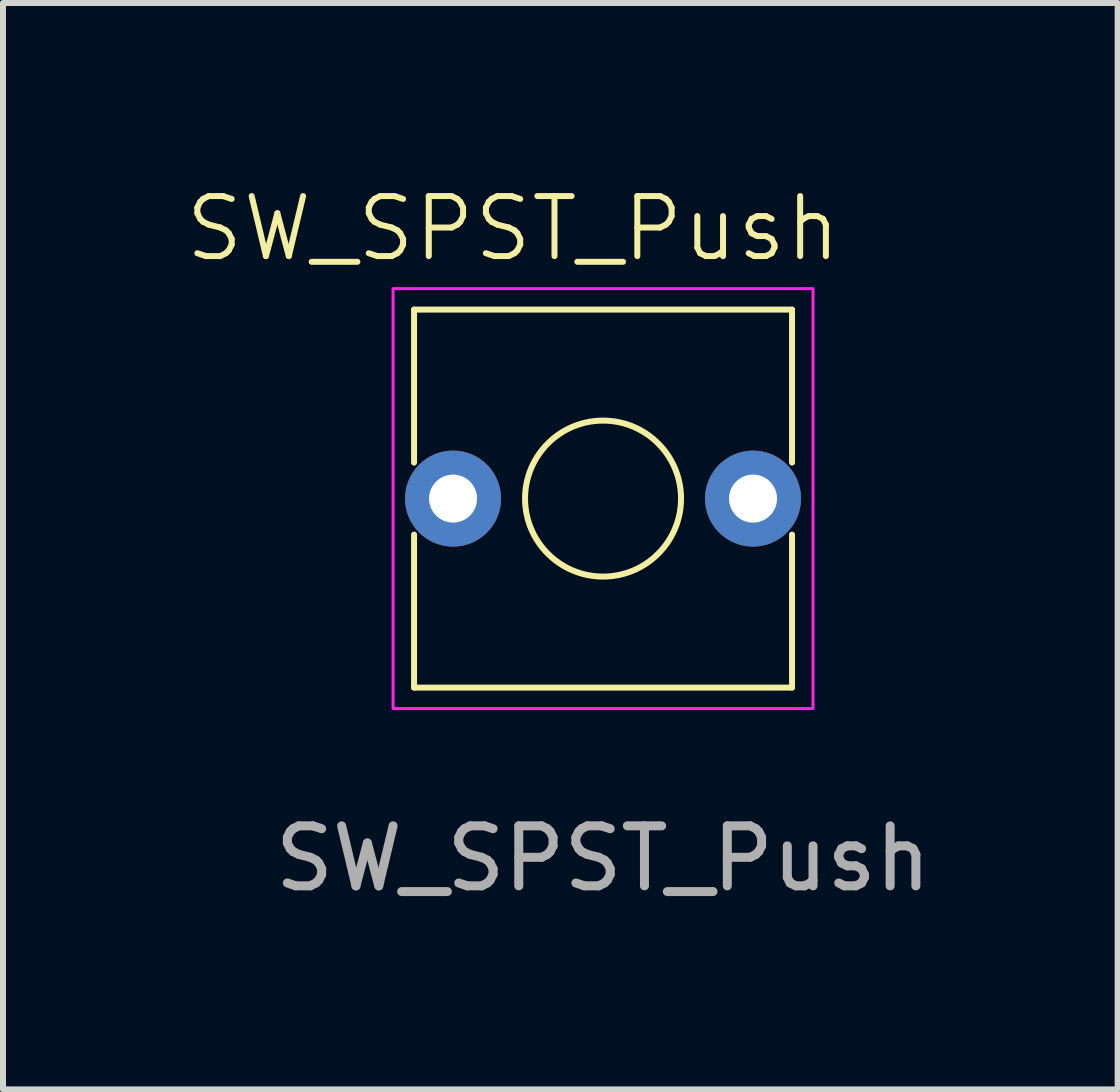
<source format=kicad_pcb>
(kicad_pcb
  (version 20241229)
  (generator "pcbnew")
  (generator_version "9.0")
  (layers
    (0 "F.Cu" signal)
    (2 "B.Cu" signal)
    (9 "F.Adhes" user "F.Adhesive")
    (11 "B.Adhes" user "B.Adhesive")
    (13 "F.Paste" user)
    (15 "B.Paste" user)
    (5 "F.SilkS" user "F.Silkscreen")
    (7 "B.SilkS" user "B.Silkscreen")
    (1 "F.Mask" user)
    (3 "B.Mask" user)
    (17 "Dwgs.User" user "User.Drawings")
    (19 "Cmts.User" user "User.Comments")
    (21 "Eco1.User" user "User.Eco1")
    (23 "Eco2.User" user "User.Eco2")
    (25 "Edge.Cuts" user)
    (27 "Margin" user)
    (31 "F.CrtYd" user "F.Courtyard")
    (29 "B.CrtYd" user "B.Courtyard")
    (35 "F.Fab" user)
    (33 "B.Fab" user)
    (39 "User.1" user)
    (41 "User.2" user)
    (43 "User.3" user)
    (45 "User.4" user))
  (footprint "SW_SPST_Push"
    (layer "F.Cu")
    (at 7.002 5.261)
    (property "Reference" "SW_SPST_Push" (at -1.5 -4.5 0) (unlocked yes) (layer "F.SilkS") (effects (font (size 1 1) (thickness 0.1))))
    (attr through_hole)
    (fp_line (start -3.15 -3.15) (end 3.15 -3.15) (stroke (width 0.1) (type default)) (layer "F.SilkS"))
    (fp_line (start -3.15 -0.6) (end -3.15 -3.15) (stroke (width 0.1) (type default)) (layer "F.SilkS"))
    (fp_line (start -3.15 3.15) (end -3.15 0.6) (stroke (width 0.1) (type default)) (layer "F.SilkS"))
    (fp_line (start 3.15 -3.15) (end 3.15 -0.6) (stroke (width 0.1) (type default)) (layer "F.SilkS"))
    (fp_line (start 3.15 0.6) (end 3.15 3.15) (stroke (width 0.1) (type default)) (layer "F.SilkS"))
    (fp_line (start 3.15 3.15) (end -3.15 3.15) (stroke (width 0.1) (type default)) (layer "F.SilkS"))
    (fp_circle (center 0 0) (end 1.3 0) (stroke (width 0.1) (type default)) (fill no) (layer "F.SilkS"))
    (fp_rect (start -3.5 -3.5) (end 3.5 3.5) (stroke (width 0.05) (type default)) (fill no) (layer "F.CrtYd"))
    (fp_text user "${REFERENCE}" (at 0 6 0) (unlocked yes) (layer "F.Fab") (effects (font (size 1 1) (thickness 0.15))))
    (pad "1" thru_hole circle (at -2.5 0) (size 1.6 1.6) (drill 0.8) (layers "*.Cu" "*.Mask"))
    (pad "2" thru_hole circle (at 2.5 0) (size 1.6 1.6) (drill 0.8) (layers "*.Cu" "*.Mask")))
  (gr_rect
    (start -3 -3)
    (end 15.58 15.109)
    (stroke (width 0.1) (type default))
    (fill no)
    (layer "Edge.Cuts")))
</source>
